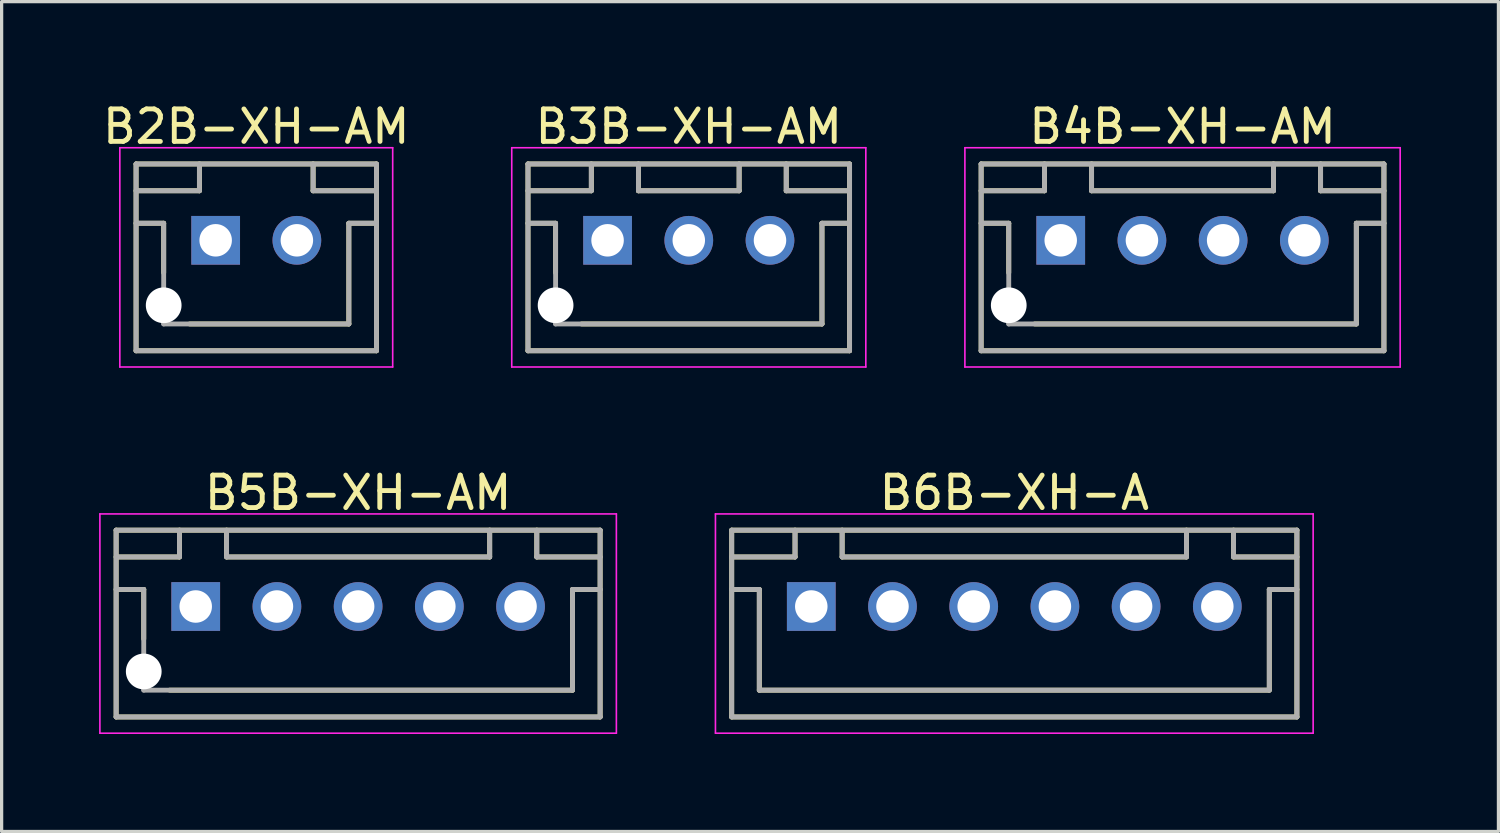
<source format=kicad_pcb>
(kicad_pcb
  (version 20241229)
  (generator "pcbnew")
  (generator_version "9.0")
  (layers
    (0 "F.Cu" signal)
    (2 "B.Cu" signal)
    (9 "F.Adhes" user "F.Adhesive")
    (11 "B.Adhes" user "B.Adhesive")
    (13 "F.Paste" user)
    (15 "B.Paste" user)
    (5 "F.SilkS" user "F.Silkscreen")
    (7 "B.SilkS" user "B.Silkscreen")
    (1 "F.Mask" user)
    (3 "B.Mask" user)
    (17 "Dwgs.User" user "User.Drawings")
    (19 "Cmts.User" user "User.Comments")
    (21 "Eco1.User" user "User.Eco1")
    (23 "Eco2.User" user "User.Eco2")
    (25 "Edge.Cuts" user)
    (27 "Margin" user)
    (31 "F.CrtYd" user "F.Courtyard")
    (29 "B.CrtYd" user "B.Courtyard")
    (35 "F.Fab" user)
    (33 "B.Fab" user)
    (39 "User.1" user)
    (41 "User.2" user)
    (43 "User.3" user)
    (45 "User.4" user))
  (footprint "B6B-XH-A"
    (layer "F.Cu")
    (at 28.175 15.621)
    (property "Reference" "B6B-XH-A" (at 0 -3.5 0) (layer "F.SilkS") (effects (font (size 1 1) (thickness 0.15))))
    (attr smd)
    (fp_line (start -8.7 -2.35) (end -8.7 3.4) (stroke (width 0.15) (type solid)) (layer "F.SilkS"))
    (fp_line (start -8.7 -2.35) (end 8.7 -2.35) (stroke (width 0.15) (type solid)) (layer "F.SilkS"))
    (fp_line (start -8.7 -1.525) (end -6.75 -1.525) (stroke (width 0.15) (type solid)) (layer "F.SilkS"))
    (fp_line (start -8.7 -0.525) (end -7.85 -0.525) (stroke (width 0.15) (type solid)) (layer "F.SilkS"))
    (fp_line (start -8.7 3.4) (end 8.7 3.4) (stroke (width 0.15) (type solid)) (layer "F.SilkS"))
    (fp_line (start -7.85 -0.525) (end -7.85 2.575) (stroke (width 0.15) (type solid)) (layer "F.SilkS"))
    (fp_line (start -7.85 2.575) (end 7.85 2.575) (stroke (width 0.15) (type solid)) (layer "F.SilkS"))
    (fp_line (start -6.75 -2.35) (end -6.75 -1.525) (stroke (width 0.15) (type solid)) (layer "F.SilkS"))
    (fp_line (start -5.3 -2.35) (end -5.3 -1.525) (stroke (width 0.15) (type solid)) (layer "F.SilkS"))
    (fp_line (start -5.3 -1.525) (end 5.3 -1.525) (stroke (width 0.15) (type solid)) (layer "F.SilkS"))
    (fp_line (start 5.3 -2.35) (end 5.3 -1.525) (stroke (width 0.15) (type solid)) (layer "F.SilkS"))
    (fp_line (start 6.75 -2.35) (end 6.75 -1.525) (stroke (width 0.15) (type solid)) (layer "F.SilkS"))
    (fp_line (start 6.75 -1.525) (end 8.7 -1.525) (stroke (width 0.15) (type solid)) (layer "F.SilkS"))
    (fp_line (start 7.85 -0.525) (end 7.85 2.575) (stroke (width 0.15) (type solid)) (layer "F.SilkS"))
    (fp_line (start 7.85 -0.525) (end 8.7 -0.525) (stroke (width 0.15) (type solid)) (layer "F.SilkS"))
    (fp_line (start 8.7 -2.35) (end 8.7 3.4) (stroke (width 0.15) (type solid)) (layer "F.SilkS"))
    (fp_line (start -9.2 -2.85) (end -9.2 3.9) (stroke (width 0.05) (type solid)) (layer "F.CrtYd"))
    (fp_line (start -9.2 -2.85) (end 9.2 -2.85) (stroke (width 0.05) (type solid)) (layer "F.CrtYd"))
    (fp_line (start -9.2 3.9) (end 9.2 3.9) (stroke (width 0.05) (type solid)) (layer "F.CrtYd"))
    (fp_line (start 9.2 -2.85) (end 9.2 3.9) (stroke (width 0.05) (type solid)) (layer "F.CrtYd"))
    (fp_line (start -8.7 -2.35) (end -8.7 3.4) (stroke (width 0.15) (type solid)) (layer "F.Fab"))
    (fp_line (start -8.7 -2.35) (end 8.7 -2.35) (stroke (width 0.15) (type solid)) (layer "F.Fab"))
    (fp_line (start -8.7 -1.525) (end -6.75 -1.525) (stroke (width 0.15) (type solid)) (layer "F.Fab"))
    (fp_line (start -8.7 -0.525) (end -7.85 -0.525) (stroke (width 0.15) (type solid)) (layer "F.Fab"))
    (fp_line (start -8.7 3.4) (end 8.7 3.4) (stroke (width 0.15) (type solid)) (layer "F.Fab"))
    (fp_line (start -7.85 -0.525) (end -7.85 2.575) (stroke (width 0.15) (type solid)) (layer "F.Fab"))
    (fp_line (start -7.85 2.575) (end 7.85 2.575) (stroke (width 0.15) (type solid)) (layer "F.Fab"))
    (fp_line (start -6.75 -2.35) (end -6.75 -1.525) (stroke (width 0.15) (type solid)) (layer "F.Fab"))
    (fp_line (start -5.3 -2.35) (end -5.3 -1.525) (stroke (width 0.15) (type solid)) (layer "F.Fab"))
    (fp_line (start -5.3 -1.525) (end 5.3 -1.525) (stroke (width 0.15) (type solid)) (layer "F.Fab"))
    (fp_line (start 5.3 -2.35) (end 5.3 -1.525) (stroke (width 0.15) (type solid)) (layer "F.Fab"))
    (fp_line (start 6.75 -2.35) (end 6.75 -1.525) (stroke (width 0.15) (type solid)) (layer "F.Fab"))
    (fp_line (start 6.75 -1.525) (end 8.7 -1.525) (stroke (width 0.15) (type solid)) (layer "F.Fab"))
    (fp_line (start 7.85 -0.525) (end 7.85 2.575) (stroke (width 0.15) (type solid)) (layer "F.Fab"))
    (fp_line (start 7.85 -0.525) (end 8.7 -0.525) (stroke (width 0.15) (type solid)) (layer "F.Fab"))
    (fp_line (start 8.7 -2.35) (end 8.7 3.4) (stroke (width 0.15) (type solid)) (layer "F.Fab"))
    (pad "1" thru_hole rect (at -6.25 0) (size 1.5 1.5) (drill 1) (layers "*.Cu" "*.Mask"))
    (pad "2" thru_hole circle (at -3.75 0) (size 1.5 1.5) (drill 1) (layers "*.Cu" "*.Mask"))
    (pad "3" thru_hole circle (at -1.25 0) (size 1.5 1.5) (drill 1) (layers "*.Cu" "*.Mask"))
    (pad "4" thru_hole circle (at 1.25 0) (size 1.5 1.5) (drill 1) (layers "*.Cu" "*.Mask"))
    (pad "5" thru_hole circle (at 3.75 0) (size 1.5 1.5) (drill 1) (layers "*.Cu" "*.Mask"))
    (pad "6" thru_hole circle (at 6.25 0) (size 1.5 1.5) (drill 1) (layers "*.Cu" "*.Mask")))
  (footprint "B4B-XH-AM"
    (layer "F.Cu")
    (at 33.354 4.348)
    (property "Reference" "B4B-XH-AM" (at 0 -3.5 0) (layer "F.SilkS") (effects (font (size 1 1) (thickness 0.15))))
    (attr smd)
    (fp_line (start -6.2 -2.35) (end -6.2 3.4) (stroke (width 0.15) (type solid)) (layer "F.SilkS"))
    (fp_line (start -6.2 -2.35) (end 6.2 -2.35) (stroke (width 0.15) (type solid)) (layer "F.SilkS"))
    (fp_line (start -6.2 -1.525) (end -4.25 -1.525) (stroke (width 0.15) (type solid)) (layer "F.SilkS"))
    (fp_line (start -6.2 -0.525) (end -5.35 -0.525) (stroke (width 0.15) (type solid)) (layer "F.SilkS"))
    (fp_line (start -6.2 3.4) (end 6.2 3.4) (stroke (width 0.15) (type solid)) (layer "F.SilkS"))
    (fp_line (start -5.35 -0.525) (end -5.35 1) (stroke (width 0.15) (type solid)) (layer "F.SilkS"))
    (fp_line (start -4.55 2.575) (end 5.35 2.575) (stroke (width 0.15) (type solid)) (layer "F.SilkS"))
    (fp_line (start -4.25 -2.35) (end -4.25 -1.525) (stroke (width 0.15) (type solid)) (layer "F.SilkS"))
    (fp_line (start -2.8 -2.35) (end -2.8 -1.525) (stroke (width 0.15) (type solid)) (layer "F.SilkS"))
    (fp_line (start -2.8 -1.525) (end 2.8 -1.525) (stroke (width 0.15) (type solid)) (layer "F.SilkS"))
    (fp_line (start 2.8 -2.35) (end 2.8 -1.525) (stroke (width 0.15) (type solid)) (layer "F.SilkS"))
    (fp_line (start 4.25 -2.35) (end 4.25 -1.525) (stroke (width 0.15) (type solid)) (layer "F.SilkS"))
    (fp_line (start 4.25 -1.525) (end 6.2 -1.525) (stroke (width 0.15) (type solid)) (layer "F.SilkS"))
    (fp_line (start 5.35 -0.525) (end 5.35 2.575) (stroke (width 0.15) (type solid)) (layer "F.SilkS"))
    (fp_line (start 5.35 -0.525) (end 6.2 -0.525) (stroke (width 0.15) (type solid)) (layer "F.SilkS"))
    (fp_line (start 6.2 -2.35) (end 6.2 3.4) (stroke (width 0.15) (type solid)) (layer "F.SilkS"))
    (fp_line (start -6.7 -2.85) (end -6.7 3.9) (stroke (width 0.05) (type solid)) (layer "F.CrtYd"))
    (fp_line (start -6.7 -2.85) (end 6.7 -2.85) (stroke (width 0.05) (type solid)) (layer "F.CrtYd"))
    (fp_line (start -6.7 3.9) (end 6.7 3.9) (stroke (width 0.05) (type solid)) (layer "F.CrtYd"))
    (fp_line (start 6.7 -2.85) (end 6.7 3.9) (stroke (width 0.05) (type solid)) (layer "F.CrtYd"))
    (fp_line (start -6.2 -2.35) (end -6.2 3.4) (stroke (width 0.15) (type solid)) (layer "F.Fab"))
    (fp_line (start -6.2 -2.35) (end 6.2 -2.35) (stroke (width 0.15) (type solid)) (layer "F.Fab"))
    (fp_line (start -6.2 -1.525) (end -4.25 -1.525) (stroke (width 0.15) (type solid)) (layer "F.Fab"))
    (fp_line (start -6.2 -0.525) (end -5.35 -0.525) (stroke (width 0.15) (type solid)) (layer "F.Fab"))
    (fp_line (start -6.2 3.4) (end 6.2 3.4) (stroke (width 0.15) (type solid)) (layer "F.Fab"))
    (fp_line (start -5.35 -0.525) (end -5.35 2.575) (stroke (width 0.15) (type solid)) (layer "F.Fab"))
    (fp_line (start -5.35 2.575) (end 5.35 2.575) (stroke (width 0.15) (type solid)) (layer "F.Fab"))
    (fp_line (start -4.25 -2.35) (end -4.25 -1.525) (stroke (width 0.15) (type solid)) (layer "F.Fab"))
    (fp_line (start -2.8 -2.35) (end -2.8 -1.525) (stroke (width 0.15) (type solid)) (layer "F.Fab"))
    (fp_line (start -2.8 -1.525) (end 2.8 -1.525) (stroke (width 0.15) (type solid)) (layer "F.Fab"))
    (fp_line (start 2.8 -2.35) (end 2.8 -1.525) (stroke (width 0.15) (type solid)) (layer "F.Fab"))
    (fp_line (start 4.25 -2.35) (end 4.25 -1.525) (stroke (width 0.15) (type solid)) (layer "F.Fab"))
    (fp_line (start 4.25 -1.525) (end 6.2 -1.525) (stroke (width 0.15) (type solid)) (layer "F.Fab"))
    (fp_line (start 5.35 -0.525) (end 5.35 2.575) (stroke (width 0.15) (type solid)) (layer "F.Fab"))
    (fp_line (start 5.35 -0.525) (end 6.2 -0.525) (stroke (width 0.15) (type solid)) (layer "F.Fab"))
    (fp_line (start 6.2 -2.35) (end 6.2 3.4) (stroke (width 0.15) (type solid)) (layer "F.Fab"))
    (pad "" np_thru_hole circle (at -5.35 2) (size 1.1 1.1) (drill 1.1) (layers "*.Cu" "*.Mask"))
    (pad "1" thru_hole rect (at -3.75 0) (size 1.5 1.5) (drill 1) (layers "*.Cu" "*.Mask"))
    (pad "2" thru_hole circle (at -1.25 0) (size 1.5 1.5) (drill 1) (layers "*.Cu" "*.Mask"))
    (pad "3" thru_hole circle (at 1.25 0) (size 1.5 1.5) (drill 1) (layers "*.Cu" "*.Mask"))
    (pad "4" thru_hole circle (at 3.75 0) (size 1.5 1.5) (drill 1) (layers "*.Cu" "*.Mask")))
  (footprint "B5B-XH-AM"
    (layer "F.Cu")
    (at 7.975 15.621)
    (property "Reference" "B5B-XH-AM" (at 0 -3.5 0) (layer "F.SilkS") (effects (font (size 1 1) (thickness 0.15))))
    (attr smd)
    (fp_line (start -7.45 -2.35) (end -7.45 3.4) (stroke (width 0.15) (type solid)) (layer "F.SilkS"))
    (fp_line (start -7.45 -2.35) (end 7.45 -2.35) (stroke (width 0.15) (type solid)) (layer "F.SilkS"))
    (fp_line (start -7.45 -1.525) (end -5.5 -1.525) (stroke (width 0.15) (type solid)) (layer "F.SilkS"))
    (fp_line (start -7.45 -0.525) (end -6.6 -0.525) (stroke (width 0.15) (type solid)) (layer "F.SilkS"))
    (fp_line (start -7.45 3.4) (end 7.45 3.4) (stroke (width 0.15) (type solid)) (layer "F.SilkS"))
    (fp_line (start -6.6 -0.525) (end -6.6 1) (stroke (width 0.15) (type solid)) (layer "F.SilkS"))
    (fp_line (start -5.8 2.575) (end 6.6 2.575) (stroke (width 0.15) (type solid)) (layer "F.SilkS"))
    (fp_line (start -5.5 -2.35) (end -5.5 -1.525) (stroke (width 0.15) (type solid)) (layer "F.SilkS"))
    (fp_line (start -4.05 -2.35) (end -4.05 -1.525) (stroke (width 0.15) (type solid)) (layer "F.SilkS"))
    (fp_line (start -4.05 -1.525) (end 4.05 -1.525) (stroke (width 0.15) (type solid)) (layer "F.SilkS"))
    (fp_line (start 4.05 -2.35) (end 4.05 -1.525) (stroke (width 0.15) (type solid)) (layer "F.SilkS"))
    (fp_line (start 5.5 -2.35) (end 5.5 -1.525) (stroke (width 0.15) (type solid)) (layer "F.SilkS"))
    (fp_line (start 5.5 -1.525) (end 7.45 -1.525) (stroke (width 0.15) (type solid)) (layer "F.SilkS"))
    (fp_line (start 6.6 -0.525) (end 6.6 2.575) (stroke (width 0.15) (type solid)) (layer "F.SilkS"))
    (fp_line (start 6.6 -0.525) (end 7.45 -0.525) (stroke (width 0.15) (type solid)) (layer "F.SilkS"))
    (fp_line (start 7.45 -2.35) (end 7.45 3.4) (stroke (width 0.15) (type solid)) (layer "F.SilkS"))
    (fp_line (start -7.95 -2.85) (end -7.95 3.9) (stroke (width 0.05) (type solid)) (layer "F.CrtYd"))
    (fp_line (start -7.95 -2.85) (end 7.95 -2.85) (stroke (width 0.05) (type solid)) (layer "F.CrtYd"))
    (fp_line (start -7.95 3.9) (end 7.95 3.9) (stroke (width 0.05) (type solid)) (layer "F.CrtYd"))
    (fp_line (start 7.95 -2.85) (end 7.95 3.9) (stroke (width 0.05) (type solid)) (layer "F.CrtYd"))
    (fp_line (start -7.45 -2.35) (end -7.45 3.4) (stroke (width 0.15) (type solid)) (layer "F.Fab"))
    (fp_line (start -7.45 -2.35) (end 7.45 -2.35) (stroke (width 0.15) (type solid)) (layer "F.Fab"))
    (fp_line (start -7.45 -1.525) (end -5.5 -1.525) (stroke (width 0.15) (type solid)) (layer "F.Fab"))
    (fp_line (start -7.45 -0.525) (end -6.6 -0.525) (stroke (width 0.15) (type solid)) (layer "F.Fab"))
    (fp_line (start -7.45 3.4) (end 7.45 3.4) (stroke (width 0.15) (type solid)) (layer "F.Fab"))
    (fp_line (start -6.6 -0.525) (end -6.6 2.575) (stroke (width 0.15) (type solid)) (layer "F.Fab"))
    (fp_line (start -6.6 2.575) (end 6.6 2.575) (stroke (width 0.15) (type solid)) (layer "F.Fab"))
    (fp_line (start -5.5 -2.35) (end -5.5 -1.525) (stroke (width 0.15) (type solid)) (layer "F.Fab"))
    (fp_line (start -4.05 -2.35) (end -4.05 -1.525) (stroke (width 0.15) (type solid)) (layer "F.Fab"))
    (fp_line (start -4.05 -1.525) (end 4.05 -1.525) (stroke (width 0.15) (type solid)) (layer "F.Fab"))
    (fp_line (start 4.05 -2.35) (end 4.05 -1.525) (stroke (width 0.15) (type solid)) (layer "F.Fab"))
    (fp_line (start 5.5 -2.35) (end 5.5 -1.525) (stroke (width 0.15) (type solid)) (layer "F.Fab"))
    (fp_line (start 5.5 -1.525) (end 7.45 -1.525) (stroke (width 0.15) (type solid)) (layer "F.Fab"))
    (fp_line (start 6.6 -0.525) (end 6.6 2.575) (stroke (width 0.15) (type solid)) (layer "F.Fab"))
    (fp_line (start 6.6 -0.525) (end 7.45 -0.525) (stroke (width 0.15) (type solid)) (layer "F.Fab"))
    (fp_line (start 7.45 -2.35) (end 7.45 3.4) (stroke (width 0.15) (type solid)) (layer "F.Fab"))
    (pad "" np_thru_hole circle (at -6.6 2) (size 1.1 1.1) (drill 1.1) (layers "*.Cu" "*.Mask"))
    (pad "1" thru_hole rect (at -5 0) (size 1.5 1.5) (drill 1) (layers "*.Cu" "*.Mask"))
    (pad "2" thru_hole circle (at -2.5 0) (size 1.5 1.5) (drill 1) (layers "*.Cu" "*.Mask"))
    (pad "3" thru_hole circle (at 0 0) (size 1.5 1.5) (drill 1) (layers "*.Cu" "*.Mask"))
    (pad "4" thru_hole circle (at 2.5 0) (size 1.5 1.5) (drill 1) (layers "*.Cu" "*.Mask"))
    (pad "5" thru_hole circle (at 5 0) (size 1.5 1.5) (drill 1) (layers "*.Cu" "*.Mask")))
  (footprint "B3B-XH-AM"
    (layer "F.Cu")
    (at 18.154 4.348)
    (property "Reference" "B3B-XH-AM" (at 0 -3.5 0) (layer "F.SilkS") (effects (font (size 1 1) (thickness 0.15))))
    (attr smd)
    (fp_line (start -4.95 -2.35) (end -4.95 3.4) (stroke (width 0.15) (type solid)) (layer "F.SilkS"))
    (fp_line (start -4.95 -2.35) (end 4.95 -2.35) (stroke (width 0.15) (type solid)) (layer "F.SilkS"))
    (fp_line (start -4.95 -1.525) (end -3 -1.525) (stroke (width 0.15) (type solid)) (layer "F.SilkS"))
    (fp_line (start -4.95 -0.525) (end -4.1 -0.525) (stroke (width 0.15) (type solid)) (layer "F.SilkS"))
    (fp_line (start -4.95 3.4) (end 4.95 3.4) (stroke (width 0.15) (type solid)) (layer "F.SilkS"))
    (fp_line (start -4.1 -0.525) (end -4.1 1) (stroke (width 0.15) (type solid)) (layer "F.SilkS"))
    (fp_line (start -3.3 2.575) (end 4.1 2.575) (stroke (width 0.15) (type solid)) (layer "F.SilkS"))
    (fp_line (start -3 -2.35) (end -3 -1.525) (stroke (width 0.15) (type solid)) (layer "F.SilkS"))
    (fp_line (start -1.55 -2.35) (end -1.55 -1.525) (stroke (width 0.15) (type solid)) (layer "F.SilkS"))
    (fp_line (start -1.55 -1.525) (end 1.55 -1.525) (stroke (width 0.15) (type solid)) (layer "F.SilkS"))
    (fp_line (start 1.55 -2.35) (end 1.55 -1.525) (stroke (width 0.15) (type solid)) (layer "F.SilkS"))
    (fp_line (start 3 -2.35) (end 3 -1.525) (stroke (width 0.15) (type solid)) (layer "F.SilkS"))
    (fp_line (start 3 -1.525) (end 4.95 -1.525) (stroke (width 0.15) (type solid)) (layer "F.SilkS"))
    (fp_line (start 4.1 -0.525) (end 4.1 2.575) (stroke (width 0.15) (type solid)) (layer "F.SilkS"))
    (fp_line (start 4.1 -0.525) (end 4.95 -0.525) (stroke (width 0.15) (type solid)) (layer "F.SilkS"))
    (fp_line (start 4.95 -2.35) (end 4.95 3.4) (stroke (width 0.15) (type solid)) (layer "F.SilkS"))
    (fp_line (start -5.45 -2.85) (end -5.45 3.9) (stroke (width 0.05) (type solid)) (layer "F.CrtYd"))
    (fp_line (start -5.45 -2.85) (end 5.45 -2.85) (stroke (width 0.05) (type solid)) (layer "F.CrtYd"))
    (fp_line (start -5.45 3.9) (end 5.45 3.9) (stroke (width 0.05) (type solid)) (layer "F.CrtYd"))
    (fp_line (start 5.45 -2.85) (end 5.45 3.9) (stroke (width 0.05) (type solid)) (layer "F.CrtYd"))
    (fp_line (start -4.95 -2.35) (end -4.95 3.4) (stroke (width 0.15) (type solid)) (layer "F.Fab"))
    (fp_line (start -4.95 -2.35) (end 4.95 -2.35) (stroke (width 0.15) (type solid)) (layer "F.Fab"))
    (fp_line (start -4.95 -1.525) (end -3 -1.525) (stroke (width 0.15) (type solid)) (layer "F.Fab"))
    (fp_line (start -4.95 -0.525) (end -4.1 -0.525) (stroke (width 0.15) (type solid)) (layer "F.Fab"))
    (fp_line (start -4.95 3.4) (end 4.95 3.4) (stroke (width 0.15) (type solid)) (layer "F.Fab"))
    (fp_line (start -4.1 -0.525) (end -4.1 2.575) (stroke (width 0.15) (type solid)) (layer "F.Fab"))
    (fp_line (start -4.1 2.575) (end 4.1 2.575) (stroke (width 0.15) (type solid)) (layer "F.Fab"))
    (fp_line (start -3 -2.35) (end -3 -1.525) (stroke (width 0.15) (type solid)) (layer "F.Fab"))
    (fp_line (start -1.55 -2.35) (end -1.55 -1.525) (stroke (width 0.15) (type solid)) (layer "F.Fab"))
    (fp_line (start -1.55 -1.525) (end 1.55 -1.525) (stroke (width 0.15) (type solid)) (layer "F.Fab"))
    (fp_line (start 1.55 -2.35) (end 1.55 -1.525) (stroke (width 0.15) (type solid)) (layer "F.Fab"))
    (fp_line (start 3 -2.35) (end 3 -1.525) (stroke (width 0.15) (type solid)) (layer "F.Fab"))
    (fp_line (start 3 -1.525) (end 4.95 -1.525) (stroke (width 0.15) (type solid)) (layer "F.Fab"))
    (fp_line (start 4.1 -0.525) (end 4.1 2.575) (stroke (width 0.15) (type solid)) (layer "F.Fab"))
    (fp_line (start 4.1 -0.525) (end 4.95 -0.525) (stroke (width 0.15) (type solid)) (layer "F.Fab"))
    (fp_line (start 4.95 -2.35) (end 4.95 3.4) (stroke (width 0.15) (type solid)) (layer "F.Fab"))
    (pad "" np_thru_hole circle (at -4.1 2) (size 1.1 1.1) (drill 1.1) (layers "*.Cu" "*.Mask"))
    (pad "1" thru_hole rect (at -2.5 0) (size 1.5 1.5) (drill 1) (layers "*.Cu" "*.Mask"))
    (pad "2" thru_hole circle (at 0 0) (size 1.5 1.5) (drill 1) (layers "*.Cu" "*.Mask"))
    (pad "3" thru_hole circle (at 2.5 0) (size 1.5 1.5) (drill 1) (layers "*.Cu" "*.Mask")))
  (footprint "B2B-XH-AM"
    (layer "F.Cu")
    (at 4.839 4.348)
    (property "Reference" "B2B-XH-AM" (at 0 -3.5 0) (layer "F.SilkS") (effects (font (size 1 1) (thickness 0.15))))
    (attr smd)
    (fp_line (start -3.7 -2.35) (end -3.7 3.4) (stroke (width 0.15) (type solid)) (layer "F.SilkS"))
    (fp_line (start -3.7 -2.35) (end 3.7 -2.35) (stroke (width 0.15) (type solid)) (layer "F.SilkS"))
    (fp_line (start -3.7 -1.525) (end -1.75 -1.525) (stroke (width 0.15) (type solid)) (layer "F.SilkS"))
    (fp_line (start -3.7 -0.525) (end -2.85 -0.525) (stroke (width 0.15) (type solid)) (layer "F.SilkS"))
    (fp_line (start -3.7 3.4) (end 3.7 3.4) (stroke (width 0.15) (type solid)) (layer "F.SilkS"))
    (fp_line (start -2.85 -0.525) (end -2.85 1) (stroke (width 0.15) (type solid)) (layer "F.SilkS"))
    (fp_line (start -2.05 2.575) (end 2.85 2.575) (stroke (width 0.15) (type solid)) (layer "F.SilkS"))
    (fp_line (start -1.75 -2.35) (end -1.75 -1.525) (stroke (width 0.15) (type solid)) (layer "F.SilkS"))
    (fp_line (start 1.75 -2.35) (end 1.75 -1.525) (stroke (width 0.15) (type solid)) (layer "F.SilkS"))
    (fp_line (start 1.75 -1.525) (end 3.7 -1.525) (stroke (width 0.15) (type solid)) (layer "F.SilkS"))
    (fp_line (start 2.85 -0.525) (end 2.85 2.575) (stroke (width 0.15) (type solid)) (layer "F.SilkS"))
    (fp_line (start 2.85 -0.525) (end 3.7 -0.525) (stroke (width 0.15) (type solid)) (layer "F.SilkS"))
    (fp_line (start 3.7 -2.35) (end 3.7 3.4) (stroke (width 0.15) (type solid)) (layer "F.SilkS"))
    (fp_line (start -4.2 -2.85) (end -4.2 3.9) (stroke (width 0.05) (type solid)) (layer "F.CrtYd"))
    (fp_line (start -4.2 -2.85) (end 4.2 -2.85) (stroke (width 0.05) (type solid)) (layer "F.CrtYd"))
    (fp_line (start -4.2 3.9) (end 4.2 3.9) (stroke (width 0.05) (type solid)) (layer "F.CrtYd"))
    (fp_line (start 4.2 -2.85) (end 4.2 3.9) (stroke (width 0.05) (type solid)) (layer "F.CrtYd"))
    (fp_line (start -3.7 -2.35) (end -3.7 3.4) (stroke (width 0.15) (type solid)) (layer "F.Fab"))
    (fp_line (start -3.7 -2.35) (end 3.7 -2.35) (stroke (width 0.15) (type solid)) (layer "F.Fab"))
    (fp_line (start -3.7 -1.525) (end -1.75 -1.525) (stroke (width 0.15) (type solid)) (layer "F.Fab"))
    (fp_line (start -3.7 -0.525) (end -2.85 -0.525) (stroke (width 0.15) (type solid)) (layer "F.Fab"))
    (fp_line (start -3.7 3.4) (end 3.7 3.4) (stroke (width 0.15) (type solid)) (layer "F.Fab"))
    (fp_line (start -2.85 -0.525) (end -2.85 2.575) (stroke (width 0.15) (type solid)) (layer "F.Fab"))
    (fp_line (start -2.85 2.575) (end 2.85 2.575) (stroke (width 0.15) (type solid)) (layer "F.Fab"))
    (fp_line (start -1.75 -2.35) (end -1.75 -1.525) (stroke (width 0.15) (type solid)) (layer "F.Fab"))
    (fp_line (start 1.75 -2.35) (end 1.75 -1.525) (stroke (width 0.15) (type solid)) (layer "F.Fab"))
    (fp_line (start 1.75 -1.525) (end 3.7 -1.525) (stroke (width 0.15) (type solid)) (layer "F.Fab"))
    (fp_line (start 2.85 -0.525) (end 2.85 2.575) (stroke (width 0.15) (type solid)) (layer "F.Fab"))
    (fp_line (start 2.85 -0.525) (end 3.7 -0.525) (stroke (width 0.15) (type solid)) (layer "F.Fab"))
    (fp_line (start 3.7 -2.35) (end 3.7 3.4) (stroke (width 0.15) (type solid)) (layer "F.Fab"))
    (pad "" np_thru_hole circle (at -2.85 2) (size 1.1 1.1) (drill 1.1) (layers "*.Cu" "*.Mask"))
    (pad "1" thru_hole rect (at -1.25 0) (size 1.5 1.5) (drill 1) (layers "*.Cu" "*.Mask"))
    (pad "2" thru_hole circle (at 1.25 0) (size 1.5 1.5) (drill 1) (layers "*.Cu" "*.Mask")))
  (gr_rect
    (start -3 -3)
    (end 43.079 22.547)
    (stroke (width 0.1) (type default))
    (fill no)
    (layer "Edge.Cuts")))
</source>
